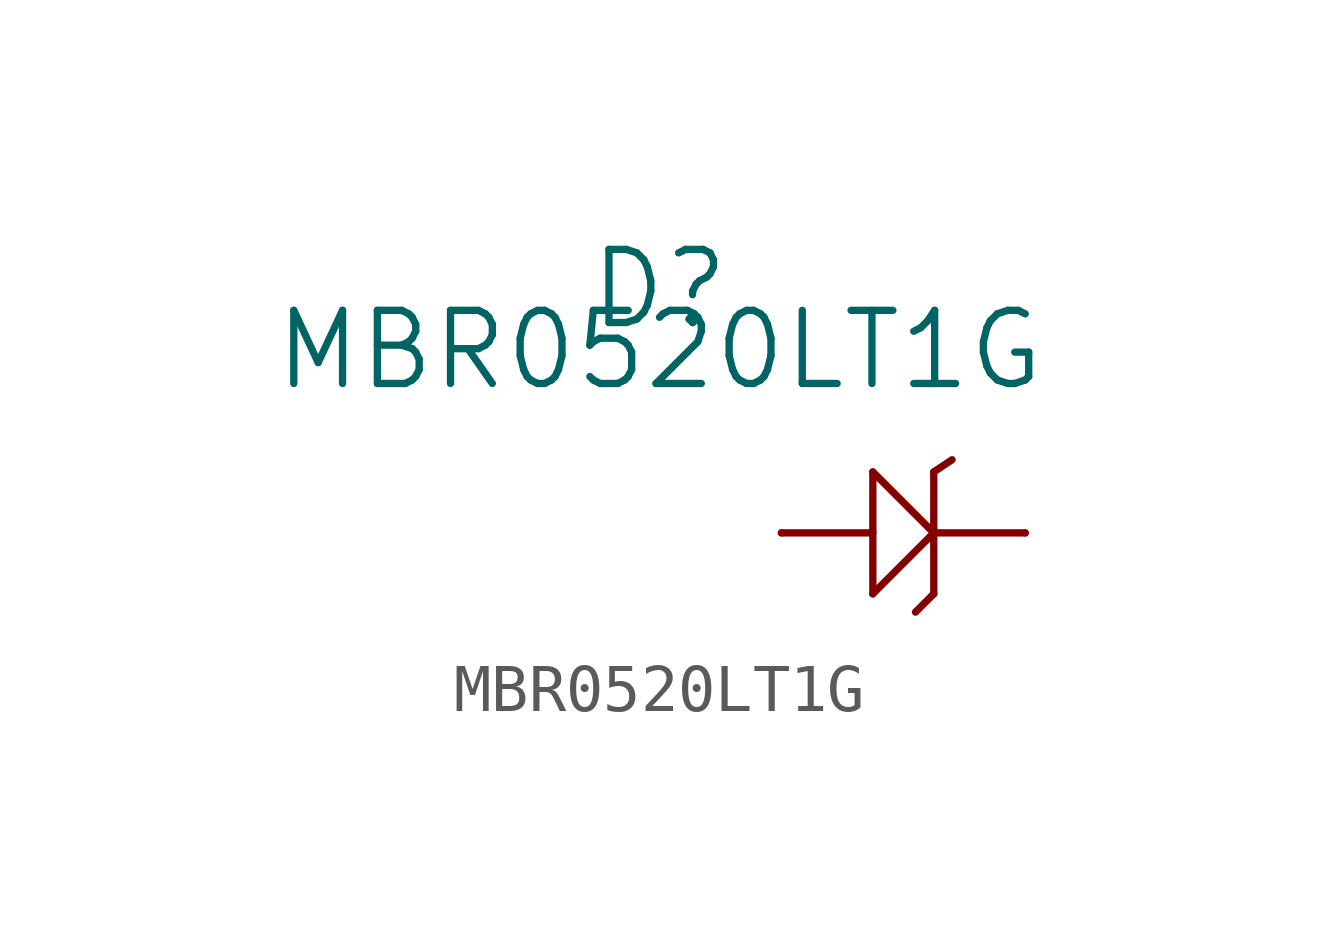
<source format=kicad_sym>
(kicad_symbol_lib
  (version 20220914)
  (generator kicad_symbol_editor)
  (symbol "MBR0520LT1G"
    (pin_numbers hide)
    (pin_names
      (offset 1.016) hide)
    (property "Reference" "D"
      (at -2.54 5.08 0)
      (effects (font (size 1.524 1.524))))
    (property "Value" "MBR0520LT1G"
      (at -2.54 3.81 0)
      (effects (font (size 1.524 1.524))))
    (symbol "MBR0520LT1G_0_1"
      (polyline (pts (xy 0 0) (xy 1.905 0)) (stroke (width 0) (type solid)) (fill (type none)))
      (polyline (pts (xy 1.905 1.27) (xy 1.905 -1.27)) (stroke (width 0) (type solid)) (fill (type none)))
      (polyline (pts (xy 3.175 -1.27) (xy 2.794 -1.651)) (stroke (width 0) (type solid)) (fill (type none)))
      (polyline (pts (xy 3.175 1.27) (xy 3.175 -1.27)) (stroke (width 0) (type solid)) (fill (type none)))
      (polyline (pts (xy 3.556 1.524) (xy 3.175 1.27)) (stroke (width 0) (type solid)) (fill (type none)))
      (polyline (pts (xy 5.08 0) (xy 3.175 0)) (stroke (width 0) (type solid)) (fill (type none)))
      (polyline (pts (xy 1.905 1.27) (xy 3.175 0) (xy 1.905 -1.27)) (stroke (width 0) (type solid)) (fill (type none))))
    (symbol "MBR0520LT1G_1_1"
      (pin passive line (at 0 0 0) (length 0) (name "A" (effects (font (size 1.27 1.27)))) (number "A" (effects (font (size 1.27 1.27)))))
      (pin passive line (at 5.08 0 180) (length 0) (name "C" (effects (font (size 1.27 1.27)))) (number "C" (effects (font (size 1.27 1.27))))))))
</source>
